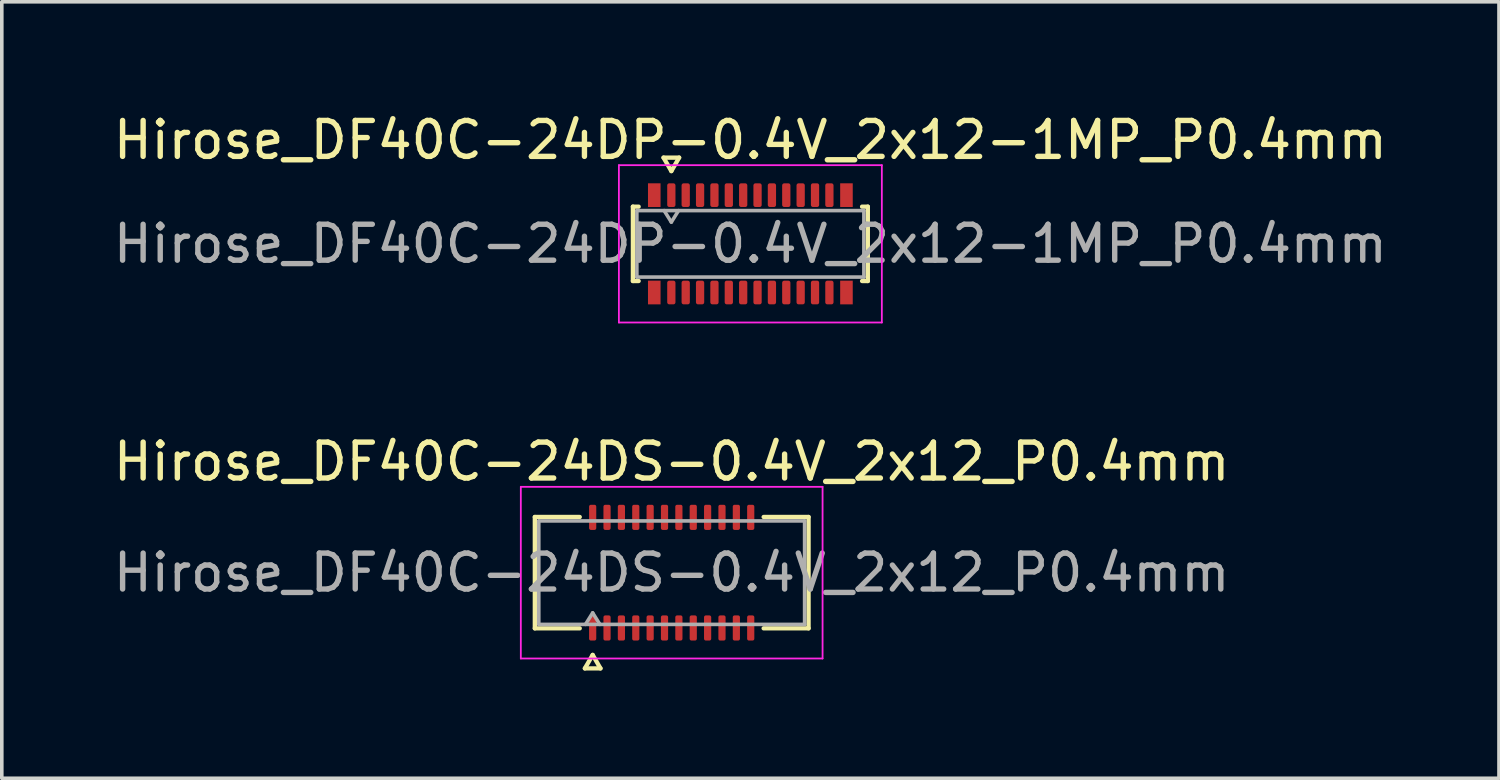
<source format=kicad_pcb>
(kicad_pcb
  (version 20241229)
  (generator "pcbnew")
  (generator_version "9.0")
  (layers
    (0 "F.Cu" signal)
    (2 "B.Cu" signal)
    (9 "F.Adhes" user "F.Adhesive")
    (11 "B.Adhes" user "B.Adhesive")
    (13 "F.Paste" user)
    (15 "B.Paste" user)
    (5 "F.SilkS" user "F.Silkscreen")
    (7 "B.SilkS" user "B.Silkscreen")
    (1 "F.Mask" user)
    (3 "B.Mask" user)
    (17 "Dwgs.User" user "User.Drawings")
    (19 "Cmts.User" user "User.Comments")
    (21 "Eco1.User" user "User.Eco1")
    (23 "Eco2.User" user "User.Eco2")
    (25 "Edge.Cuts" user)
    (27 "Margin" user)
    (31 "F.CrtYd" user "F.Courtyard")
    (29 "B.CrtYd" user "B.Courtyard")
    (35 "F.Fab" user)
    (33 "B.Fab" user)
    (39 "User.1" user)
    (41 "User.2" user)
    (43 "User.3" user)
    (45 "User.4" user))
  (footprint "Hirose_DF40C-24DP-0.4V_2x12-1MP_P0.4mm"
    (layer "F.Cu")
    (at 17.839 3.738)
    (property "Reference" "Hirose_DF40C-24DP-0.4V_2x12-1MP_P0.4mm" (at 0 -2.89 0) (layer "F.SilkS") (effects (font (size 1 1) (thickness 0.15))))
    (attr smd)
    (fp_line (start -3.27 -1.035) (end -3.11 -1.035) (stroke (width 0.12) (type solid)) (layer "F.SilkS"))
    (fp_line (start -3.27 1.035) (end -3.27 -1.035) (stroke (width 0.12) (type solid)) (layer "F.SilkS"))
    (fp_line (start -3.11 1.035) (end -3.27 1.035) (stroke (width 0.12) (type solid)) (layer "F.SilkS"))
    (fp_line (start -2.417 -2.4) (end -2.2 -2.025) (stroke (width 0.12) (type solid)) (layer "F.SilkS"))
    (fp_line (start -2.2 -2.025) (end -1.983 -2.4) (stroke (width 0.12) (type solid)) (layer "F.SilkS"))
    (fp_line (start -1.983 -2.4) (end -2.417 -2.4) (stroke (width 0.12) (type solid)) (layer "F.SilkS"))
    (fp_line (start 3.11 -1.035) (end 3.27 -1.035) (stroke (width 0.12) (type solid)) (layer "F.SilkS"))
    (fp_line (start 3.27 -1.035) (end 3.27 1.035) (stroke (width 0.12) (type solid)) (layer "F.SilkS"))
    (fp_line (start 3.27 1.035) (end 3.11 1.035) (stroke (width 0.12) (type solid)) (layer "F.SilkS"))
    (fp_line (start -3.66 -2.19) (end -3.66 2.19) (stroke (width 0.05) (type solid)) (layer "F.CrtYd"))
    (fp_line (start -3.66 2.19) (end 3.66 2.19) (stroke (width 0.05) (type solid)) (layer "F.CrtYd"))
    (fp_line (start 3.66 -2.19) (end -3.66 -2.19) (stroke (width 0.05) (type solid)) (layer "F.CrtYd"))
    (fp_line (start 3.66 2.19) (end 3.66 -2.19) (stroke (width 0.05) (type solid)) (layer "F.CrtYd"))
    (fp_line (start -3.16 -0.925) (end 3.16 -0.925) (stroke (width 0.1) (type solid)) (layer "F.Fab"))
    (fp_line (start -3.16 0.925) (end -3.16 -0.925) (stroke (width 0.1) (type solid)) (layer "F.Fab"))
    (fp_line (start -2.4 -0.925) (end -2.2 -0.605) (stroke (width 0.1) (type solid)) (layer "F.Fab"))
    (fp_line (start -2.2 -0.605) (end -2 -0.925) (stroke (width 0.1) (type solid)) (layer "F.Fab"))
    (fp_line (start 3.16 -0.925) (end 3.16 0.925) (stroke (width 0.1) (type solid)) (layer "F.Fab"))
    (fp_line (start 3.16 0.925) (end -3.16 0.925) (stroke (width 0.1) (type solid)) (layer "F.Fab"))
    (fp_text user "${REFERENCE}" (at 0 0 0) (layer "F.Fab") (effects (font (size 1 1) (thickness 0.15))))
    (pad "1" smd roundrect (at -2.2 -1.355) (size 0.23 0.66) (layers "F.Cu" "F.Mask" "F.Paste") (roundrect_rratio 0.25))
    (pad "2" smd roundrect (at -2.2 1.355) (size 0.23 0.66) (layers "F.Cu" "F.Mask" "F.Paste") (roundrect_rratio 0.25))
    (pad "3" smd roundrect (at -1.8 -1.355) (size 0.23 0.66) (layers "F.Cu" "F.Mask" "F.Paste") (roundrect_rratio 0.25))
    (pad "4" smd roundrect (at -1.8 1.355) (size 0.23 0.66) (layers "F.Cu" "F.Mask" "F.Paste") (roundrect_rratio 0.25))
    (pad "5" smd roundrect (at -1.4 -1.355) (size 0.23 0.66) (layers "F.Cu" "F.Mask" "F.Paste") (roundrect_rratio 0.25))
    (pad "6" smd roundrect (at -1.4 1.355) (size 0.23 0.66) (layers "F.Cu" "F.Mask" "F.Paste") (roundrect_rratio 0.25))
    (pad "7" smd roundrect (at -1 -1.355) (size 0.23 0.66) (layers "F.Cu" "F.Mask" "F.Paste") (roundrect_rratio 0.25))
    (pad "8" smd roundrect (at -1 1.355) (size 0.23 0.66) (layers "F.Cu" "F.Mask" "F.Paste") (roundrect_rratio 0.25))
    (pad "9" smd roundrect (at -0.6 -1.355) (size 0.23 0.66) (layers "F.Cu" "F.Mask" "F.Paste") (roundrect_rratio 0.25))
    (pad "10" smd roundrect (at -0.6 1.355) (size 0.23 0.66) (layers "F.Cu" "F.Mask" "F.Paste") (roundrect_rratio 0.25))
    (pad "11" smd roundrect (at -0.2 -1.355) (size 0.23 0.66) (layers "F.Cu" "F.Mask" "F.Paste") (roundrect_rratio 0.25))
    (pad "12" smd roundrect (at -0.2 1.355) (size 0.23 0.66) (layers "F.Cu" "F.Mask" "F.Paste") (roundrect_rratio 0.25))
    (pad "13" smd roundrect (at 0.2 -1.355) (size 0.23 0.66) (layers "F.Cu" "F.Mask" "F.Paste") (roundrect_rratio 0.25))
    (pad "14" smd roundrect (at 0.2 1.355) (size 0.23 0.66) (layers "F.Cu" "F.Mask" "F.Paste") (roundrect_rratio 0.25))
    (pad "15" smd roundrect (at 0.6 -1.355) (size 0.23 0.66) (layers "F.Cu" "F.Mask" "F.Paste") (roundrect_rratio 0.25))
    (pad "16" smd roundrect (at 0.6 1.355) (size 0.23 0.66) (layers "F.Cu" "F.Mask" "F.Paste") (roundrect_rratio 0.25))
    (pad "17" smd roundrect (at 1 -1.355) (size 0.23 0.66) (layers "F.Cu" "F.Mask" "F.Paste") (roundrect_rratio 0.25))
    (pad "18" smd roundrect (at 1 1.355) (size 0.23 0.66) (layers "F.Cu" "F.Mask" "F.Paste") (roundrect_rratio 0.25))
    (pad "19" smd roundrect (at 1.4 -1.355) (size 0.23 0.66) (layers "F.Cu" "F.Mask" "F.Paste") (roundrect_rratio 0.25))
    (pad "20" smd roundrect (at 1.4 1.355) (size 0.23 0.66) (layers "F.Cu" "F.Mask" "F.Paste") (roundrect_rratio 0.25))
    (pad "21" smd roundrect (at 1.8 -1.355) (size 0.23 0.66) (layers "F.Cu" "F.Mask" "F.Paste") (roundrect_rratio 0.25))
    (pad "22" smd roundrect (at 1.8 1.355) (size 0.23 0.66) (layers "F.Cu" "F.Mask" "F.Paste") (roundrect_rratio 0.25))
    (pad "23" smd roundrect (at 2.2 -1.355) (size 0.23 0.66) (layers "F.Cu" "F.Mask" "F.Paste") (roundrect_rratio 0.25))
    (pad "24" smd roundrect (at 2.2 1.355) (size 0.23 0.66) (layers "F.Cu" "F.Mask" "F.Paste") (roundrect_rratio 0.25))
    (pad "MP" smd rect (at -2.675 -1.355) (size 0.35 0.66) (layers "F.Cu" "F.Mask" "F.Paste"))
    (pad "MP" smd rect (at -2.675 1.355) (size 0.35 0.66) (layers "F.Cu" "F.Mask" "F.Paste"))
    (pad "MP" smd rect (at 2.675 -1.355) (size 0.35 0.66) (layers "F.Cu" "F.Mask" "F.Paste"))
    (pad "MP" smd rect (at 2.675 1.355) (size 0.35 0.66) (layers "F.Cu" "F.Mask" "F.Paste")))
  (footprint "Hirose_DF40C-24DS-0.4V_2x12_P0.4mm"
    (layer "F.Cu")
    (at 15.649 12.892)
    (property "Reference" "Hirose_DF40C-24DS-0.4V_2x12_P0.4mm" (at 0 -3.09 0) (layer "F.SilkS") (effects (font (size 1 1) (thickness 0.15))))
    (attr smd)
    (fp_line (start -3.81 -1.55) (end -2.56 -1.55) (stroke (width 0.12) (type solid)) (layer "F.SilkS"))
    (fp_line (start -3.81 1.55) (end -3.81 -1.55) (stroke (width 0.12) (type solid)) (layer "F.SilkS"))
    (fp_line (start -2.56 1.55) (end -3.81 1.55) (stroke (width 0.12) (type solid)) (layer "F.SilkS"))
    (fp_line (start -2.417 2.665) (end -2.2 2.29) (stroke (width 0.12) (type solid)) (layer "F.SilkS"))
    (fp_line (start -2.2 2.29) (end -1.983 2.665) (stroke (width 0.12) (type solid)) (layer "F.SilkS"))
    (fp_line (start -1.983 2.665) (end -2.417 2.665) (stroke (width 0.12) (type solid)) (layer "F.SilkS"))
    (fp_line (start 2.56 -1.55) (end 3.81 -1.55) (stroke (width 0.12) (type solid)) (layer "F.SilkS"))
    (fp_line (start 3.81 -1.55) (end 3.81 1.55) (stroke (width 0.12) (type solid)) (layer "F.SilkS"))
    (fp_line (start 3.81 1.55) (end 2.56 1.55) (stroke (width 0.12) (type solid)) (layer "F.SilkS"))
    (fp_line (start -4.2 -2.39) (end -4.2 2.39) (stroke (width 0.05) (type solid)) (layer "F.CrtYd"))
    (fp_line (start -4.2 2.39) (end 4.2 2.39) (stroke (width 0.05) (type solid)) (layer "F.CrtYd"))
    (fp_line (start 4.2 -2.39) (end -4.2 -2.39) (stroke (width 0.05) (type solid)) (layer "F.CrtYd"))
    (fp_line (start 4.2 2.39) (end 4.2 -2.39) (stroke (width 0.05) (type solid)) (layer "F.CrtYd"))
    (fp_line (start -3.7 -1.44) (end 3.7 -1.44) (stroke (width 0.1) (type solid)) (layer "F.Fab"))
    (fp_line (start -3.7 1.44) (end -3.7 -1.44) (stroke (width 0.1) (type solid)) (layer "F.Fab"))
    (fp_line (start -2.4 1.44) (end -2.2 1.12) (stroke (width 0.1) (type solid)) (layer "F.Fab"))
    (fp_line (start -2.2 1.12) (end -2 1.44) (stroke (width 0.1) (type solid)) (layer "F.Fab"))
    (fp_line (start 3.7 -1.44) (end 3.7 1.44) (stroke (width 0.1) (type solid)) (layer "F.Fab"))
    (fp_line (start 3.7 1.44) (end -3.7 1.44) (stroke (width 0.1) (type solid)) (layer "F.Fab"))
    (fp_text user "${REFERENCE}" (at 0 0 0) (layer "F.Fab") (effects (font (size 1 1) (thickness 0.15))))
    (pad "1" smd roundrect (at -2.2 1.54) (size 0.2 0.7) (layers "F.Cu" "F.Mask" "F.Paste") (roundrect_rratio 0.25))
    (pad "2" smd roundrect (at -2.2 -1.54) (size 0.2 0.7) (layers "F.Cu" "F.Mask" "F.Paste") (roundrect_rratio 0.25))
    (pad "3" smd roundrect (at -1.8 1.54) (size 0.2 0.7) (layers "F.Cu" "F.Mask" "F.Paste") (roundrect_rratio 0.25))
    (pad "4" smd roundrect (at -1.8 -1.54) (size 0.2 0.7) (layers "F.Cu" "F.Mask" "F.Paste") (roundrect_rratio 0.25))
    (pad "5" smd roundrect (at -1.4 1.54) (size 0.2 0.7) (layers "F.Cu" "F.Mask" "F.Paste") (roundrect_rratio 0.25))
    (pad "6" smd roundrect (at -1.4 -1.54) (size 0.2 0.7) (layers "F.Cu" "F.Mask" "F.Paste") (roundrect_rratio 0.25))
    (pad "7" smd roundrect (at -1 1.54) (size 0.2 0.7) (layers "F.Cu" "F.Mask" "F.Paste") (roundrect_rratio 0.25))
    (pad "8" smd roundrect (at -1 -1.54) (size 0.2 0.7) (layers "F.Cu" "F.Mask" "F.Paste") (roundrect_rratio 0.25))
    (pad "9" smd roundrect (at -0.6 1.54) (size 0.2 0.7) (layers "F.Cu" "F.Mask" "F.Paste") (roundrect_rratio 0.25))
    (pad "10" smd roundrect (at -0.6 -1.54) (size 0.2 0.7) (layers "F.Cu" "F.Mask" "F.Paste") (roundrect_rratio 0.25))
    (pad "11" smd roundrect (at -0.2 1.54) (size 0.2 0.7) (layers "F.Cu" "F.Mask" "F.Paste") (roundrect_rratio 0.25))
    (pad "12" smd roundrect (at -0.2 -1.54) (size 0.2 0.7) (layers "F.Cu" "F.Mask" "F.Paste") (roundrect_rratio 0.25))
    (pad "13" smd roundrect (at 0.2 1.54) (size 0.2 0.7) (layers "F.Cu" "F.Mask" "F.Paste") (roundrect_rratio 0.25))
    (pad "14" smd roundrect (at 0.2 -1.54) (size 0.2 0.7) (layers "F.Cu" "F.Mask" "F.Paste") (roundrect_rratio 0.25))
    (pad "15" smd roundrect (at 0.6 1.54) (size 0.2 0.7) (layers "F.Cu" "F.Mask" "F.Paste") (roundrect_rratio 0.25))
    (pad "16" smd roundrect (at 0.6 -1.54) (size 0.2 0.7) (layers "F.Cu" "F.Mask" "F.Paste") (roundrect_rratio 0.25))
    (pad "17" smd roundrect (at 1 1.54) (size 0.2 0.7) (layers "F.Cu" "F.Mask" "F.Paste") (roundrect_rratio 0.25))
    (pad "18" smd roundrect (at 1 -1.54) (size 0.2 0.7) (layers "F.Cu" "F.Mask" "F.Paste") (roundrect_rratio 0.25))
    (pad "19" smd roundrect (at 1.4 1.54) (size 0.2 0.7) (layers "F.Cu" "F.Mask" "F.Paste") (roundrect_rratio 0.25))
    (pad "20" smd roundrect (at 1.4 -1.54) (size 0.2 0.7) (layers "F.Cu" "F.Mask" "F.Paste") (roundrect_rratio 0.25))
    (pad "21" smd roundrect (at 1.8 1.54) (size 0.2 0.7) (layers "F.Cu" "F.Mask" "F.Paste") (roundrect_rratio 0.25))
    (pad "22" smd roundrect (at 1.8 -1.54) (size 0.2 0.7) (layers "F.Cu" "F.Mask" "F.Paste") (roundrect_rratio 0.25))
    (pad "23" smd roundrect (at 2.2 1.54) (size 0.2 0.7) (layers "F.Cu" "F.Mask" "F.Paste") (roundrect_rratio 0.25))
    (pad "24" smd roundrect (at 2.2 -1.54) (size 0.2 0.7) (layers "F.Cu" "F.Mask" "F.Paste") (roundrect_rratio 0.25)))
  (gr_rect
    (start -3 -3)
    (end 38.679 18.616)
    (stroke (width 0.1) (type default))
    (fill no)
    (layer "Edge.Cuts")))
</source>
